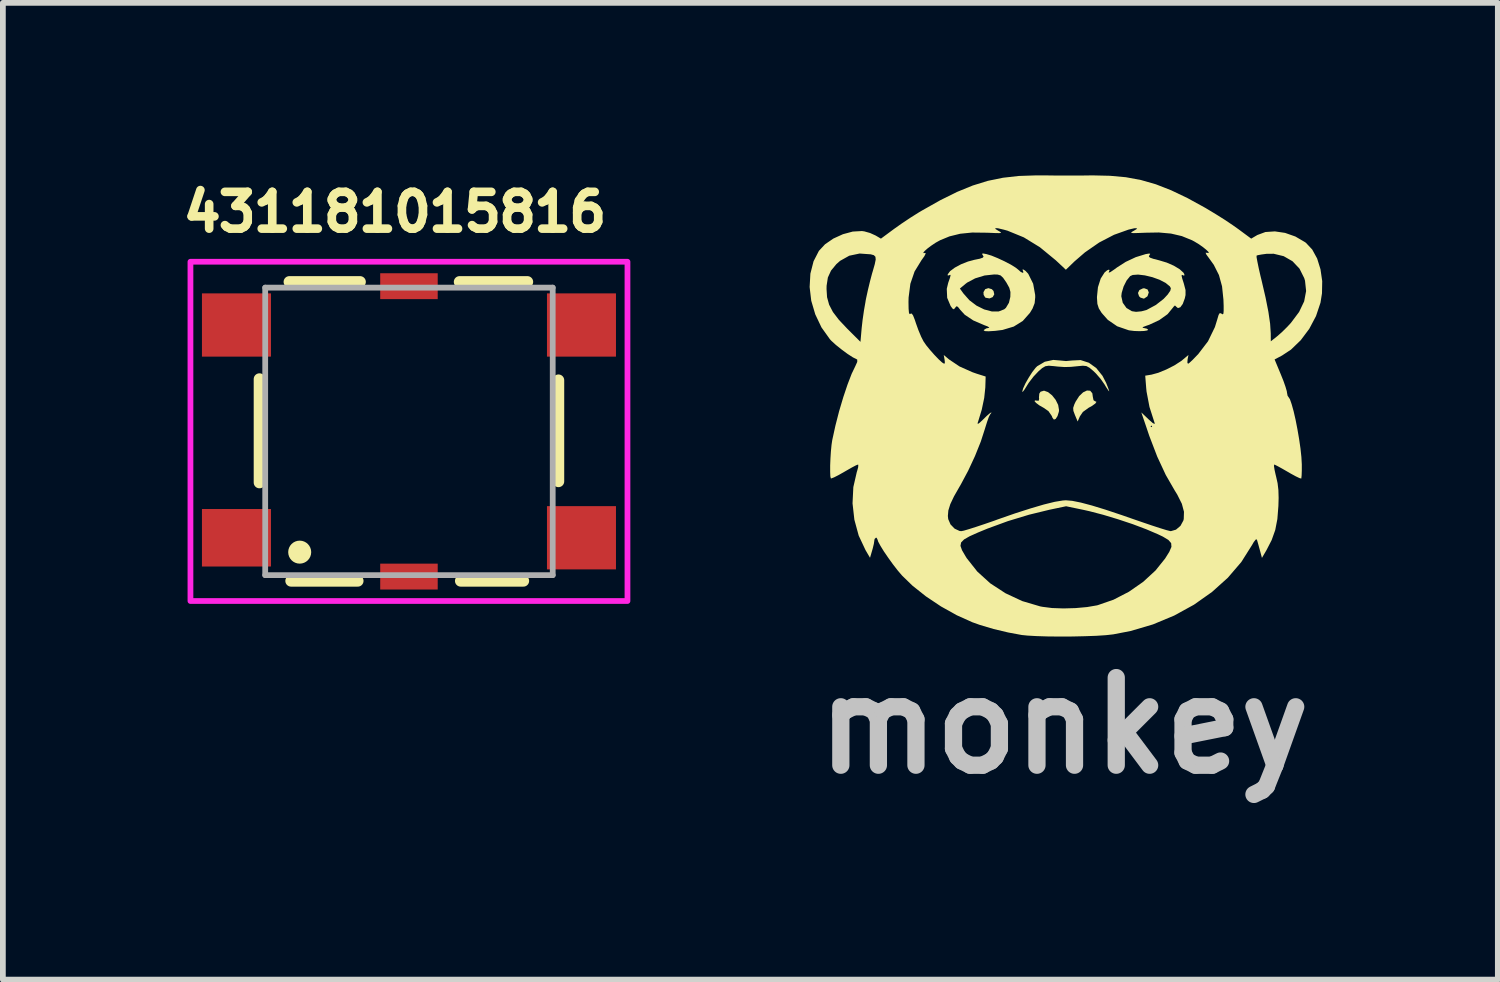
<source format=kicad_pcb>
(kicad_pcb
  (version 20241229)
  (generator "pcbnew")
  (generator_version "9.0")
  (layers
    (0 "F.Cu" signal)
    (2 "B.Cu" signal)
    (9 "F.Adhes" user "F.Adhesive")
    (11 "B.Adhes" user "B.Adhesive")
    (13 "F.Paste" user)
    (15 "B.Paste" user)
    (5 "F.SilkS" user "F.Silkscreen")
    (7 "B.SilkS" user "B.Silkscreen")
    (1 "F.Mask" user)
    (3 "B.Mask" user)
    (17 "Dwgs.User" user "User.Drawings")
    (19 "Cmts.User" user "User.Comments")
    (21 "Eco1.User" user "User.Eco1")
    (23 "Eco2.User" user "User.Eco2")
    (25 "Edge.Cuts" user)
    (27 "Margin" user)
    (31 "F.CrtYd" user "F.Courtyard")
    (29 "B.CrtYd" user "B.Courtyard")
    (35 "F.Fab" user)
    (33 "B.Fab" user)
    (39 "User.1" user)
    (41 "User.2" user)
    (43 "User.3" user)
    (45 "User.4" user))
  (footprint "monkey"
    (layer "F.Cu")
    (at 15.405 4.068)
    (property "Reference" "monkey" (at 0.05 5.5 0) (layer "Dwgs.User") (effects (font (size 1.524 1.524) (thickness 0.3))))
    (attr board_only exclude_from_pos_files exclude_from_bom)
    (fp_poly (pts (xy -1.207 -2.089) (xy -1.177 -2.058) (xy -1.164 -1.999) (xy -1.192 -1.951) (xy -1.247 -1.928) (xy -1.313 -1.94) (xy -1.323 -1.946) (xy -1.349 -1.99) (xy -1.352 -2.037) (xy -1.322 -2.089) (xy -1.267 -2.107)) (stroke (width 0) (type solid)) (fill yes) (layer "F.SilkS"))
    (fp_poly (pts (xy 1.502 -2.084) (xy 1.523 -2.033) (xy 1.502 -1.97) (xy 1.496 -1.962) (xy 1.439 -1.924) (xy 1.379 -1.942) (xy 1.354 -1.966) (xy 1.335 -2.023) (xy 1.36 -2.074) (xy 1.421 -2.103) (xy 1.444 -2.105)) (stroke (width 0) (type solid)) (fill yes) (layer "F.SilkS"))
    (fp_poly (pts (xy 0.504 -0.323) (xy 0.541 -0.279) (xy 0.55 -0.215) (xy 0.562 -0.158) (xy 0.587 -0.141) (xy 0.613 -0.13) (xy 0.594 -0.101) (xy 0.534 -0.058) (xy 0.476 -0.026) (xy 0.377 0.046) (xy 0.325 0.122) (xy 0.286 0.212) (xy 0.239 0.1) (xy 0.212 0.028) (xy 0.208 -0.024) (xy 0.228 -0.085) (xy 0.25 -0.132) (xy 0.312 -0.229) (xy 0.381 -0.295) (xy 0.448 -0.327)) (stroke (width 0) (type solid)) (fill yes) (layer "F.SilkS"))
    (fp_poly (pts (xy -0.229 -0.299) (xy -0.159 -0.243) (xy -0.097 -0.165) (xy -0.053 -0.076) (xy -0.038 0.013) (xy -0.041 0.043) (xy -0.064 0.117) (xy -0.096 0.167) (xy -0.097 0.168) (xy -0.127 0.179) (xy -0.152 0.147) (xy -0.164 0.116) (xy -0.222 0.032) (xy -0.304 -0.025) (xy -0.381 -0.069) (xy -0.437 -0.111) (xy -0.464 -0.142) (xy -0.455 -0.155) (xy -0.429 -0.151) (xy -0.39 -0.15) (xy -0.384 -0.185) (xy -0.387 -0.204) (xy -0.381 -0.273) (xy -0.359 -0.306) (xy -0.299 -0.324)) (stroke (width 0) (type solid)) (fill yes) (layer "F.SilkS"))
    (fp_poly (pts (xy -0.021 -0.849) (xy 0.084 -0.839) (xy 0.19 -0.849) (xy 0.191 -0.849) (xy 0.338 -0.856) (xy 0.48 -0.81) (xy 0.609 -0.718) (xy 0.718 -0.582) (xy 0.782 -0.458) (xy 0.813 -0.379) (xy 0.832 -0.325) (xy 0.834 -0.311) (xy 0.816 -0.333) (xy 0.779 -0.389) (xy 0.753 -0.433) (xy 0.687 -0.527) (xy 0.603 -0.624) (xy 0.564 -0.662) (xy 0.493 -0.722) (xy 0.438 -0.752) (xy 0.376 -0.758) (xy 0.301 -0.751) (xy 0.168 -0.738) (xy 0.059 -0.735) (xy -0.058 -0.743) (xy -0.131 -0.751) (xy -0.217 -0.758) (xy -0.276 -0.749) (xy -0.332 -0.716) (xy -0.395 -0.661) (xy -0.481 -0.57) (xy -0.564 -0.462) (xy -0.596 -0.411) (xy -0.639 -0.342) (xy -0.668 -0.305) (xy -0.678 -0.307) (xy -0.662 -0.364) (xy -0.622 -0.451) (xy -0.566 -0.549) (xy -0.505 -0.645) (xy -0.446 -0.721) (xy -0.418 -0.749) (xy -0.286 -0.827) (xy -0.138 -0.859)) (stroke (width 0) (type solid)) (fill yes) (layer "F.SilkS"))
    (fp_poly (pts (xy -1.299 -2.699) (xy -1.213 -2.673) (xy -1.103 -2.628) (xy -0.985 -2.573) (xy -0.874 -2.515) (xy -0.788 -2.461) (xy -0.747 -2.428) (xy -0.703 -2.389) (xy -0.668 -2.373) (xy -0.656 -2.384) (xy -0.664 -2.402) (xy -0.674 -2.431) (xy -0.655 -2.43) (xy -0.619 -2.405) (xy -0.579 -2.363) (xy -0.571 -2.352) (xy -0.488 -2.184) (xy -0.453 -1.989) (xy -0.452 -1.948) (xy -0.462 -1.846) (xy -0.498 -1.753) (xy -0.544 -1.677) (xy -0.668 -1.537) (xy -0.825 -1.439) (xy -1.021 -1.38) (xy -1.15 -1.364) (xy -1.263 -1.357) (xy -1.326 -1.36) (xy -1.347 -1.372) (xy -1.345 -1.38) (xy -1.303 -1.407) (xy -1.263 -1.415) (xy -1.25 -1.423) (xy -1.286 -1.444) (xy -1.343 -1.465) (xy -1.53 -1.546) (xy -1.676 -1.643) (xy -1.755 -1.729) (xy -1.797 -1.782) (xy -1.822 -1.792) (xy -1.844 -1.766) (xy -1.866 -1.739) (xy -1.89 -1.751) (xy -1.923 -1.796) (xy -1.983 -1.938) (xy -1.99 -2.092) (xy -1.989 -2.1) (xy -1.762 -2.1) (xy -1.701 -2.015) (xy -1.597 -1.897) (xy -1.473 -1.803) (xy -1.34 -1.737) (xy -1.208 -1.702) (xy -1.089 -1.701) (xy -0.991 -1.739) (xy -0.962 -1.764) (xy -0.909 -1.853) (xy -0.885 -1.955) (xy -0.883 -2.04) (xy -0.903 -2.114) (xy -0.953 -2.204) (xy -0.958 -2.211) (xy -1.011 -2.288) (xy -1.054 -2.328) (xy -1.105 -2.343) (xy -1.167 -2.345) (xy -1.333 -2.327) (xy -1.497 -2.277) (xy -1.635 -2.204) (xy -1.665 -2.181) (xy -1.762 -2.1) (xy -1.989 -2.1) (xy -1.965 -2.2) (xy -1.935 -2.286) (xy -1.924 -2.329) (xy -1.93 -2.34) (xy -1.953 -2.329) (xy -1.953 -2.329) (xy -1.975 -2.329) (xy -1.973 -2.348) (xy -1.932 -2.403) (xy -1.85 -2.464) (xy -1.742 -2.522) (xy -1.621 -2.57) (xy -1.513 -2.599) (xy -1.415 -2.619) (xy -1.364 -2.637) (xy -1.35 -2.655) (xy -1.362 -2.677) (xy -1.378 -2.704) (xy -1.358 -2.71)) (stroke (width 0) (type solid)) (fill yes) (layer "F.SilkS"))
    (fp_poly (pts (xy 1.548 -2.702) (xy 1.533 -2.679) (xy 1.524 -2.656) (xy 1.545 -2.637) (xy 1.605 -2.616) (xy 1.703 -2.591) (xy 1.836 -2.551) (xy 1.959 -2.497) (xy 2.06 -2.436) (xy 2.126 -2.376) (xy 2.142 -2.348) (xy 2.139 -2.323) (xy 2.123 -2.329) (xy 2.1 -2.339) (xy 2.093 -2.324) (xy 2.104 -2.276) (xy 2.133 -2.185) (xy 2.135 -2.177) (xy 2.162 -2.074) (xy 2.162 -1.987) (xy 2.149 -1.928) (xy 2.114 -1.833) (xy 2.072 -1.775) (xy 2.03 -1.76) (xy 2.003 -1.782) (xy 1.978 -1.806) (xy 1.952 -1.781) (xy 1.947 -1.773) (xy 1.849 -1.654) (xy 1.705 -1.551) (xy 1.528 -1.469) (xy 1.486 -1.455) (xy 1.423 -1.431) (xy 1.414 -1.418) (xy 1.432 -1.415) (xy 1.489 -1.402) (xy 1.512 -1.384) (xy 1.496 -1.371) (xy 1.44 -1.362) (xy 1.36 -1.359) (xy 1.271 -1.362) (xy 1.189 -1.372) (xy 1.173 -1.375) (xy 0.973 -1.444) (xy 0.81 -1.556) (xy 0.704 -1.675) (xy 0.654 -1.755) (xy 0.629 -1.833) (xy 0.622 -1.936) (xy 0.622 -1.955) (xy 0.623 -1.967) (xy 1.045 -1.967) (xy 1.07 -1.853) (xy 1.135 -1.762) (xy 1.229 -1.706) (xy 1.301 -1.695) (xy 1.396 -1.704) (xy 1.483 -1.727) (xy 1.489 -1.73) (xy 1.645 -1.814) (xy 1.78 -1.919) (xy 1.852 -1.996) (xy 1.897 -2.062) (xy 1.907 -2.105) (xy 1.89 -2.137) (xy 1.816 -2.198) (xy 1.71 -2.253) (xy 1.585 -2.298) (xy 1.455 -2.329) (xy 1.337 -2.343) (xy 1.243 -2.336) (xy 1.199 -2.316) (xy 1.138 -2.241) (xy 1.085 -2.136) (xy 1.052 -2.025) (xy 1.045 -1.967) (xy 0.623 -1.967) (xy 0.639 -2.124) (xy 0.687 -2.274) (xy 0.754 -2.379) (xy 0.797 -2.416) (xy 0.831 -2.43) (xy 0.841 -2.417) (xy 0.833 -2.402) (xy 0.825 -2.376) (xy 0.855 -2.386) (xy 0.926 -2.434) (xy 0.969 -2.466) (xy 1.122 -2.564) (xy 1.297 -2.646) (xy 1.466 -2.698) (xy 1.469 -2.699) (xy 1.531 -2.709)) (stroke (width 0) (type solid)) (fill yes) (layer "F.SilkS"))
    (fp_poly (pts (xy -0.367 -4.068) (xy -0.199 -4.067) (xy -0.074 -4.065) (xy 0.023 -4.065) (xy 0.106 -4.065) (xy 0.187 -4.065) (xy 0.282 -4.065) (xy 0.404 -4.066) (xy 0.544 -4.068) (xy 0.847 -4.061) (xy 1.125 -4.036) (xy 1.388 -3.987) (xy 1.646 -3.913) (xy 1.912 -3.809) (xy 2.195 -3.674) (xy 2.508 -3.502) (xy 2.538 -3.484) (xy 2.686 -3.395) (xy 2.842 -3.297) (xy 2.985 -3.201) (xy 3.081 -3.133) (xy 3.304 -2.968) (xy 3.411 -3.031) (xy 3.551 -3.083) (xy 3.716 -3.094) (xy 3.893 -3.068) (xy 4.072 -3.005) (xy 4.238 -2.908) (xy 4.256 -2.895) (xy 4.365 -2.779) (xy 4.451 -2.622) (xy 4.509 -2.435) (xy 4.539 -2.229) (xy 4.535 -2.017) (xy 4.509 -1.854) (xy 4.431 -1.621) (xy 4.314 -1.4) (xy 4.166 -1.202) (xy 3.996 -1.038) (xy 3.84 -0.935) (xy 3.711 -0.867) (xy 3.818 -0.61) (xy 3.865 -0.493) (xy 3.901 -0.39) (xy 3.923 -0.315) (xy 3.926 -0.291) (xy 3.937 -0.235) (xy 3.952 -0.214) (xy 3.978 -0.174) (xy 4.008 -0.087) (xy 4.042 0.035) (xy 4.076 0.183) (xy 4.108 0.347) (xy 4.137 0.516) (xy 4.161 0.681) (xy 4.177 0.831) (xy 4.184 0.955) (xy 4.184 1.065) (xy 4.181 1.15) (xy 4.176 1.199) (xy 4.174 1.204) (xy 4.145 1.197) (xy 4.08 1.166) (xy 3.99 1.117) (xy 3.942 1.089) (xy 3.843 1.032) (xy 3.763 0.988) (xy 3.713 0.963) (xy 3.704 0.961) (xy 3.7 0.986) (xy 3.71 1.052) (xy 3.731 1.146) (xy 3.736 1.165) (xy 3.763 1.285) (xy 3.777 1.404) (xy 3.781 1.541) (xy 3.777 1.681) (xy 3.759 1.909) (xy 3.722 2.1) (xy 3.66 2.274) (xy 3.57 2.449) (xy 3.491 2.584) (xy 3.453 2.443) (xy 3.429 2.355) (xy 3.409 2.285) (xy 3.402 2.264) (xy 3.384 2.264) (xy 3.349 2.308) (xy 3.317 2.363) (xy 3.132 2.656) (xy 2.898 2.929) (xy 2.622 3.177) (xy 2.309 3.398) (xy 1.965 3.587) (xy 1.595 3.741) (xy 1.205 3.856) (xy 0.904 3.914) (xy 0.778 3.928) (xy 0.61 3.939) (xy 0.412 3.946) (xy 0.196 3.951) (xy -0.024 3.952) (xy -0.237 3.95) (xy -0.429 3.944) (xy -0.588 3.935) (xy -0.686 3.925) (xy -0.923 3.881) (xy -1.175 3.821) (xy -1.414 3.75) (xy -1.546 3.703) (xy -1.817 3.581) (xy -2.091 3.428) (xy -2.353 3.253) (xy -2.588 3.066) (xy -2.768 2.891) (xy -2.843 2.803) (xy -2.926 2.696) (xy -3.008 2.582) (xy -3.084 2.471) (xy -3.143 2.375) (xy -1.752 2.375) (xy -1.725 2.451) (xy -1.666 2.552) (xy -1.644 2.588) (xy -1.46 2.821) (xy -1.233 3.027) (xy -0.969 3.199) (xy -0.678 3.335) (xy -0.367 3.427) (xy -0.325 3.435) (xy -0.159 3.456) (xy 0.039 3.463) (xy 0.25 3.457) (xy 0.45 3.439) (xy 0.62 3.41) (xy 0.636 3.406) (xy 0.91 3.311) (xy 1.177 3.173) (xy 1.425 3.001) (xy 1.64 2.803) (xy 1.807 2.595) (xy 1.88 2.478) (xy 1.917 2.392) (xy 1.912 2.327) (xy 1.864 2.272) (xy 1.768 2.214) (xy 1.68 2.172) (xy 1.481 2.087) (xy 1.245 1.998) (xy 0.99 1.913) (xy 0.732 1.835) (xy 0.491 1.772) (xy 0.388 1.749) (xy 0.085 1.686) (xy -0.206 1.747) (xy -0.559 1.833) (xy -0.928 1.945) (xy -1.283 2.075) (xy -1.448 2.143) (xy -1.593 2.208) (xy -1.689 2.263) (xy -1.741 2.316) (xy -1.752 2.375) (xy -3.143 2.375) (xy -3.144 2.373) (xy -3.183 2.301) (xy -3.193 2.269) (xy -3.21 2.235) (xy -3.221 2.232) (xy -3.245 2.255) (xy -3.25 2.281) (xy -3.258 2.338) (xy -3.278 2.421) (xy -3.288 2.456) (xy -3.325 2.582) (xy -3.403 2.449) (xy -3.522 2.196) (xy -3.597 1.92) (xy -3.629 1.635) (xy -3.615 1.353) (xy -3.554 1.087) (xy -3.55 1.077) (xy -3.531 1.007) (xy -3.529 0.966) (xy -3.534 0.961) (xy -3.568 0.974) (xy -3.637 1.01) (xy -3.73 1.063) (xy -3.775 1.089) (xy -3.872 1.144) (xy -3.951 1.184) (xy -3.998 1.202) (xy -4.006 1.202) (xy -4.015 1.165) (xy -4.018 1.085) (xy -4.018 0.977) (xy -4.013 0.854) (xy -4.005 0.73) (xy -3.994 0.618) (xy -3.982 0.537) (xy -3.927 0.285) (xy -3.862 0.032) (xy -3.79 -0.21) (xy -3.716 -0.431) (xy -3.644 -0.618) (xy -3.582 -0.747) (xy -3.547 -0.824) (xy -3.547 -0.864) (xy -3.556 -0.87) (xy -3.622 -0.903) (xy -3.715 -0.963) (xy -3.818 -1.039) (xy -3.918 -1.119) (xy -3.997 -1.191) (xy -4.022 -1.218) (xy -4.169 -1.424) (xy -4.277 -1.651) (xy -4.347 -1.888) (xy -4.371 -2.091) (xy -4.081 -2.091) (xy -4.072 -1.949) (xy -4.036 -1.819) (xy -3.97 -1.692) (xy -3.867 -1.557) (xy -3.721 -1.402) (xy -3.718 -1.399) (xy -3.491 -1.173) (xy -3.47 -1.413) (xy -3.454 -1.554) (xy -3.43 -1.72) (xy -3.404 -1.868) (xy -2.656 -1.868) (xy -2.654 -1.75) (xy -2.648 -1.681) (xy -2.637 -1.655) (xy -2.623 -1.661) (xy -2.601 -1.666) (xy -2.577 -1.634) (xy -2.546 -1.556) (xy -2.527 -1.498) (xy -2.484 -1.378) (xy -2.435 -1.261) (xy -2.394 -1.181) (xy -2.347 -1.113) (xy -2.281 -1.032) (xy -2.206 -0.947) (xy -2.133 -0.871) (xy -2.072 -0.815) (xy -2.034 -0.791) (xy -2.032 -0.791) (xy -2.023 -0.815) (xy -2.029 -0.868) (xy -2.043 -0.945) (xy -1.95 -0.867) (xy -1.768 -0.745) (xy -1.541 -0.644) (xy -1.469 -0.619) (xy -1.314 -0.57) (xy -1.32 -0.377) (xy -1.339 -0.198) (xy -1.382 0.007) (xy -1.445 0.214) (xy -1.454 0.24) (xy -1.449 0.255) (xy -1.413 0.229) (xy -1.358 0.177) (xy -1.294 0.114) (xy -1.244 0.071) (xy -1.216 0.053) (xy -1.216 0.064) (xy -1.238 0.092) (xy -1.26 0.136) (xy -1.289 0.218) (xy -1.321 0.32) (xy -1.324 0.331) (xy -1.398 0.56) (xy -1.499 0.812) (xy -1.617 1.066) (xy -1.743 1.302) (xy -1.769 1.347) (xy -1.865 1.515) (xy -1.929 1.65) (xy -1.963 1.76) (xy -1.971 1.855) (xy -1.965 1.91) (xy -1.925 2.002) (xy -1.853 2.076) (xy -1.767 2.116) (xy -1.737 2.119) (xy -1.693 2.11) (xy -1.604 2.084) (xy -1.479 2.044) (xy -1.329 1.994) (xy -1.161 1.936) (xy -1.113 1.918) (xy -0.803 1.81) (xy -0.531 1.723) (xy -0.3 1.655) (xy -0.113 1.609) (xy 0.027 1.586) (xy 0.081 1.582) (xy 0.193 1.592) (xy 0.342 1.622) (xy 0.534 1.673) (xy 0.769 1.745) (xy 1.051 1.839) (xy 1.243 1.906) (xy 1.42 1.967) (xy 1.582 2.022) (xy 1.72 2.067) (xy 1.827 2.1) (xy 1.893 2.117) (xy 1.907 2.119) (xy 1.996 2.093) (xy 2.074 2.027) (xy 2.124 1.935) (xy 2.131 1.908) (xy 2.135 1.782) (xy 2.098 1.643) (xy 2.018 1.483) (xy 1.973 1.41) (xy 1.818 1.141) (xy 1.67 0.823) (xy 1.532 0.463) (xy 1.511 0.401) (xy 1.476 0.297) (xy 1.554 0.297) (xy 1.568 0.311) (xy 1.582 0.297) (xy 1.568 0.283) (xy 1.554 0.297) (xy 1.476 0.297) (xy 1.393 0.054) (xy 1.52 0.175) (xy 1.587 0.235) (xy 1.623 0.256) (xy 1.625 0.24) (xy 1.535 -0.041) (xy 1.484 -0.309) (xy 1.478 -0.37) (xy 1.461 -0.585) (xy 1.571 -0.603) (xy 1.688 -0.635) (xy 1.827 -0.692) (xy 1.967 -0.763) (xy 2.085 -0.839) (xy 2.116 -0.864) (xy 2.213 -0.945) (xy 2.198 -0.868) (xy 2.194 -0.813) (xy 2.205 -0.791) (xy 2.232 -0.81) (xy 2.288 -0.862) (xy 2.359 -0.936) (xy 2.382 -0.959) (xy 2.553 -1.183) (xy 2.673 -1.43) (xy 2.714 -1.563) (xy 2.737 -1.641) (xy 2.757 -1.673) (xy 2.781 -1.668) (xy 2.79 -1.661) (xy 2.809 -1.651) (xy 2.821 -1.665) (xy 2.825 -1.711) (xy 2.825 -1.799) (xy 2.821 -1.908) (xy 2.797 -2.139) (xy 2.743 -2.335) (xy 2.653 -2.513) (xy 2.569 -2.63) (xy 2.538 -2.672) (xy 3.397 -2.672) (xy 3.398 -2.641) (xy 3.412 -2.565) (xy 3.435 -2.453) (xy 3.466 -2.317) (xy 3.485 -2.24) (xy 3.554 -1.943) (xy 3.603 -1.695) (xy 3.633 -1.489) (xy 3.644 -1.32) (xy 3.644 -1.304) (xy 3.645 -1.182) (xy 3.757 -1.271) (xy 3.839 -1.343) (xy 3.932 -1.435) (xy 3.994 -1.502) (xy 4.137 -1.693) (xy 4.225 -1.877) (xy 4.259 -2.057) (xy 4.24 -2.236) (xy 4.226 -2.282) (xy 4.144 -2.446) (xy 4.022 -2.575) (xy 3.869 -2.663) (xy 3.695 -2.705) (xy 3.571 -2.704) (xy 3.482 -2.692) (xy 3.418 -2.68) (xy 3.397 -2.672) (xy 2.538 -2.672) (xy 2.522 -2.695) (xy 2.511 -2.723) (xy 2.533 -2.722) (xy 2.566 -2.717) (xy 2.561 -2.736) (xy 2.524 -2.773) (xy 2.466 -2.82) (xy 2.394 -2.871) (xy 2.316 -2.918) (xy 2.275 -2.94) (xy 2.098 -3.012) (xy 1.91 -3.056) (xy 1.698 -3.075) (xy 1.469 -3.071) (xy 1.339 -3.066) (xy 1.259 -3.064) (xy 1.221 -3.067) (xy 1.218 -3.077) (xy 1.243 -3.094) (xy 1.253 -3.099) (xy 1.311 -3.134) (xy 1.316 -3.15) (xy 1.27 -3.148) (xy 1.175 -3.126) (xy 1.171 -3.125) (xy 0.919 -3.035) (xy 0.661 -2.901) (xy 0.414 -2.73) (xy 0.231 -2.572) (xy 0.081 -2.427) (xy -0.094 -2.591) (xy -0.37 -2.818) (xy -0.65 -2.99) (xy -0.936 -3.107) (xy -1.002 -3.125) (xy -1.099 -3.148) (xy -1.146 -3.151) (xy -1.142 -3.135) (xy -1.086 -3.1) (xy -1.083 -3.099) (xy -1.052 -3.08) (xy -1.047 -3.069) (xy -1.077 -3.064) (xy -1.146 -3.065) (xy -1.264 -3.07) (xy -1.3 -3.071) (xy -1.548 -3.074) (xy -1.757 -3.053) (xy -1.944 -3.007) (xy -2.106 -2.94) (xy -2.182 -2.898) (xy -2.257 -2.848) (xy -2.324 -2.798) (xy -2.374 -2.754) (xy -2.399 -2.724) (xy -2.389 -2.715) (xy -2.368 -2.72) (xy -2.356 -2.711) (xy -2.379 -2.664) (xy -2.431 -2.591) (xy -2.55 -2.397) (xy -2.623 -2.184) (xy -2.654 -1.943) (xy -2.656 -1.868) (xy -3.404 -1.868) (xy -3.402 -1.884) (xy -3.392 -1.935) (xy -3.36 -2.081) (xy -3.324 -2.23) (xy -3.29 -2.359) (xy -3.277 -2.402) (xy -3.242 -2.525) (xy -3.226 -2.605) (xy -3.231 -2.653) (xy -3.258 -2.68) (xy -3.308 -2.694) (xy -3.309 -2.695) (xy -3.506 -2.709) (xy -3.686 -2.671) (xy -3.845 -2.582) (xy -3.909 -2.526) (xy -4.003 -2.412) (xy -4.058 -2.292) (xy -4.08 -2.148) (xy -4.081 -2.091) (xy -4.371 -2.091) (xy -4.375 -2.127) (xy -4.362 -2.359) (xy -4.307 -2.574) (xy -4.214 -2.755) (xy -4.107 -2.87) (xy -3.963 -2.969) (xy -3.796 -3.045) (xy -3.625 -3.091) (xy -3.465 -3.1) (xy -3.423 -3.094) (xy -3.324 -3.066) (xy -3.229 -3.023) (xy -3.227 -3.022) (xy -3.135 -2.968) (xy -2.908 -3.136) (xy -2.778 -3.228) (xy -2.624 -3.331) (xy -2.473 -3.426) (xy -2.422 -3.456) (xy -2.101 -3.637) (xy -1.81 -3.781) (xy -1.538 -3.892) (xy -1.276 -3.973) (xy -1.012 -4.027) (xy -0.736 -4.058) (xy -0.437 -4.068)) (stroke (width 0) (type solid)) (fill yes) (layer "F.SilkS")))
  (footprint "431181015816"
    (layer "F.Cu")
    (at 4.062 4.452)
    (property "Reference" "431181015816" (at -0.244 -3.814 0) (layer "F.SilkS") (effects (font (size 0.64 0.64) (thickness 0.15))))
    (attr through_hole)
    (fp_line (start -2.6 -0.91) (end -2.6 0.89) (stroke (width 0.2) (type solid)) (layer "F.SilkS"))
    (fp_line (start -2.05 2.6) (end -0.89 2.6) (stroke (width 0.2) (type solid)) (layer "F.SilkS"))
    (fp_line (start -0.85 -2.6) (end -2.08 -2.6) (stroke (width 0.2) (type solid)) (layer "F.SilkS"))
    (fp_line (start 0.88 -2.6) (end 2.06 -2.6) (stroke (width 0.2) (type solid)) (layer "F.SilkS"))
    (fp_line (start 1.99 2.6) (end 0.9 2.6) (stroke (width 0.2) (type solid)) (layer "F.SilkS"))
    (fp_line (start 2.6 -0.89) (end 2.6 0.87) (stroke (width 0.2) (type solid)) (layer "F.SilkS"))
    (fp_circle (center -1.9 2.1) (end -1.8 2.1) (stroke (width 0.2) (type solid)) (fill no) (layer "F.SilkS"))
    (fp_poly (pts (xy -3.8 -2.95) (xy 3.8 -2.95) (xy 3.8 2.95) (xy -3.8 2.95)) (stroke (width 0.1) (type solid)) (fill no) (layer "F.CrtYd"))
    (fp_line (start -2.5 -2.5) (end 2.5 -2.5) (stroke (width 0.1) (type solid)) (layer "F.Fab"))
    (fp_line (start -2.5 2.5) (end -2.5 -2.5) (stroke (width 0.1) (type solid)) (layer "F.Fab"))
    (fp_line (start 2.5 -2.5) (end 2.5 2.5) (stroke (width 0.1) (type solid)) (layer "F.Fab"))
    (fp_line (start 2.5 2.5) (end -2.5 2.5) (stroke (width 0.1) (type solid)) (layer "F.Fab"))
    (pad "1" smd rect (at -3 1.85) (size 1.2 1) (layers "F.Cu" "F.Mask" "F.Paste"))
    (pad "2" smd rect (at -3 -1.85) (size 1.2 1.1) (layers "F.Cu" "F.Mask" "F.Paste"))
    (pad "3" smd rect (at 3 1.85) (size 1.2 1.1) (layers "F.Cu" "F.Mask" "F.Paste"))
    (pad "4" smd rect (at 3 -1.85) (size 1.2 1.1) (layers "F.Cu" "F.Mask" "F.Paste"))
    (pad "GND1" smd rect (at 0 -2.525) (size 1 0.45) (layers "F.Cu" "F.Mask" "F.Paste"))
    (pad "GND2" smd rect (at 0 2.525) (size 1 0.45) (layers "F.Cu" "F.Mask" "F.Paste")))
  (gr_rect
    (start -3 -3)
    (end 22.998 13.986)
    (stroke (width 0.1) (type default))
    (fill no)
    (layer "Edge.Cuts")))
</source>
